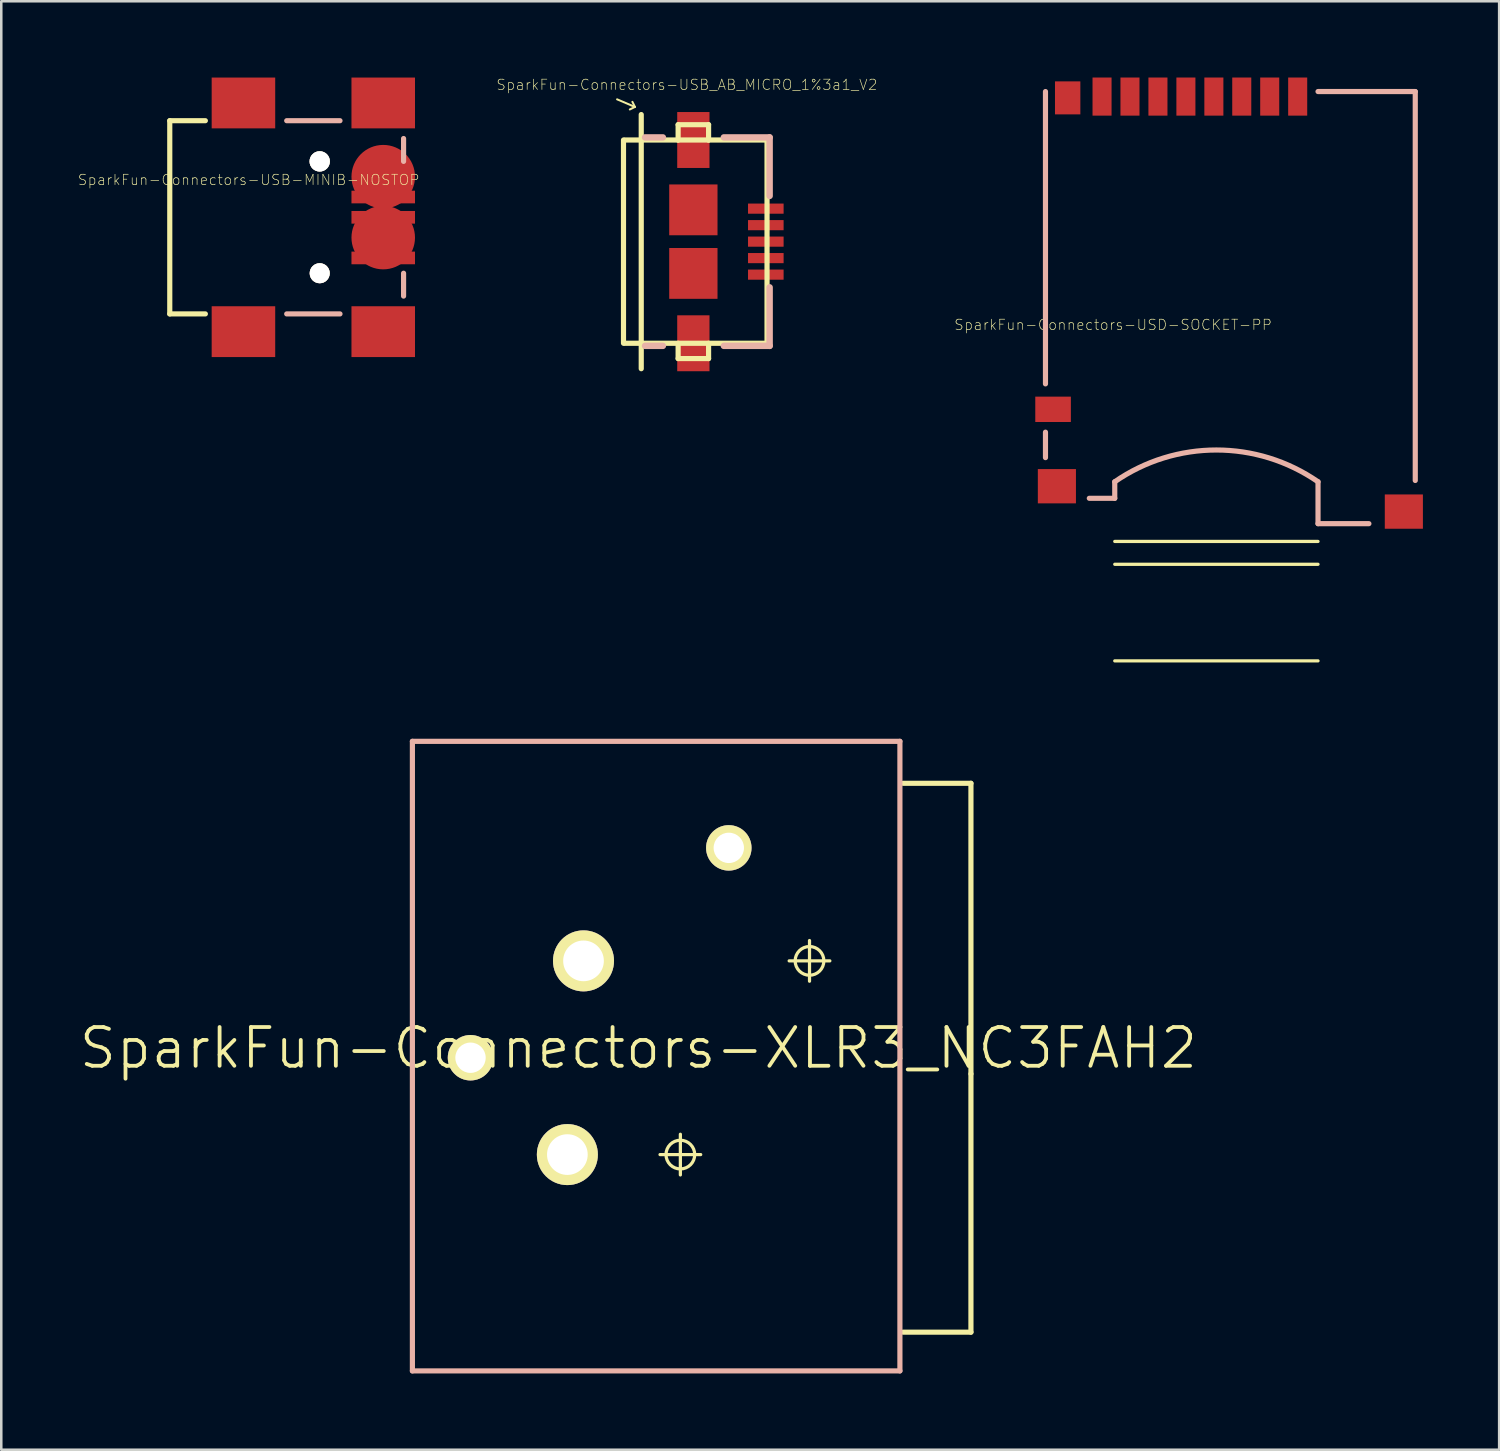
<source format=kicad_pcb>
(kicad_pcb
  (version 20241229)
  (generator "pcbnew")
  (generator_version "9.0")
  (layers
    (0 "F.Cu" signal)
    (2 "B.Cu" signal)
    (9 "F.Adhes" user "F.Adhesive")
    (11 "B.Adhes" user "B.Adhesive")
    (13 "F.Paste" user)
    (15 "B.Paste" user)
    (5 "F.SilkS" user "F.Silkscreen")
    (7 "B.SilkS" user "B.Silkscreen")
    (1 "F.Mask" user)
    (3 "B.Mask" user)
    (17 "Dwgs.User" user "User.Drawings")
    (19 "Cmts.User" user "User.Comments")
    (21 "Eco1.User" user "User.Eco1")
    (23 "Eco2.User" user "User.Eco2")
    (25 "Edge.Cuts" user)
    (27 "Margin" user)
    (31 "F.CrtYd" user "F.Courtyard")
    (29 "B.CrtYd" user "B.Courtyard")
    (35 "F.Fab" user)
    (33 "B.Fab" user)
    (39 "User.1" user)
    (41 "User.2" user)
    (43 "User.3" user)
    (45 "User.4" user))
  (footprint "SparkFun-Connectors-USB_AB_MICRO_1%3a1_V2"
    (layer "F.Cu")
    (at 24.224 6.455)
    (property "Reference" "SparkFun-Connectors-USB_AB_MICRO_1%3a1_V2" (at -0.254 -6.172 0) (layer "F.SilkS") (effects (font (size 0.406 0.406) (thickness 0.025))))
    (attr smd)
    (fp_line (start -3 -5.598) (end -2.299 -5.298) (stroke (width 0.079) (type solid)) (layer "F.SilkS"))
    (fp_line (start -2.748 -3.998) (end -2.748 3.998) (stroke (width 0.203) (type solid)) (layer "F.SilkS"))
    (fp_line (start -2.697 -3.998) (end -0.599 -3.998) (stroke (width 0.203) (type solid)) (layer "F.SilkS"))
    (fp_line (start -2.697 3.998) (end 2.898 3.998) (stroke (width 0.203) (type solid)) (layer "F.SilkS"))
    (fp_line (start -2.299 -5.298) (end -2.499 -5.199) (stroke (width 0.079) (type solid)) (layer "F.SilkS"))
    (fp_line (start -2.299 -5.298) (end -2.398 -5.499) (stroke (width 0.079) (type solid)) (layer "F.SilkS"))
    (fp_line (start -2.05 -4.999) (end -2.05 4.999) (stroke (width 0.203) (type solid)) (layer "F.SilkS"))
    (fp_line (start -0.599 -4.6) (end 0.599 -4.6) (stroke (width 0.203) (type solid)) (layer "F.SilkS"))
    (fp_line (start -0.599 -3.998) (end -0.599 -4.6) (stroke (width 0.203) (type solid)) (layer "F.SilkS"))
    (fp_line (start -0.599 -3.998) (end 0.599 -3.998) (stroke (width 0.203) (type solid)) (layer "F.SilkS"))
    (fp_line (start -0.599 4.6) (end -0.599 3.998) (stroke (width 0.203) (type solid)) (layer "F.SilkS"))
    (fp_line (start 0.599 -4.6) (end 0.599 -3.998) (stroke (width 0.203) (type solid)) (layer "F.SilkS"))
    (fp_line (start 0.599 -3.998) (end 2.898 -3.998) (stroke (width 0.203) (type solid)) (layer "F.SilkS"))
    (fp_line (start 0.599 3.998) (end 0.599 4.6) (stroke (width 0.203) (type solid)) (layer "F.SilkS"))
    (fp_line (start 0.599 4.6) (end -0.599 4.6) (stroke (width 0.203) (type solid)) (layer "F.SilkS"))
    (fp_line (start 2.898 -3.998) (end 2.898 3.998) (stroke (width 0.203) (type solid)) (layer "F.SilkS"))
    (fp_line (start -1.199 -4.1) (end -1.9 -4.1) (stroke (width 0.254) (type solid)) (layer "B.SilkS"))
    (fp_line (start -1.199 4.1) (end -1.9 4.1) (stroke (width 0.254) (type solid)) (layer "B.SilkS"))
    (fp_line (start 1.199 -4.1) (end 3 -4.1) (stroke (width 0.254) (type solid)) (layer "B.SilkS"))
    (fp_line (start 3 -4.1) (end 3 -1.798) (stroke (width 0.254) (type solid)) (layer "B.SilkS"))
    (fp_line (start 3 1.798) (end 3 4.1) (stroke (width 0.254) (type solid)) (layer "B.SilkS"))
    (fp_line (start 3 4.1) (end 1.199 4.1) (stroke (width 0.254) (type solid)) (layer "B.SilkS"))
    (pad "D+" smd rect (at 2.85 0 90) (size 0.399 1.4) (layers "F.Cu" "F.Mask" "F.Paste"))
    (pad "D-" smd rect (at 2.85 -0.648 90) (size 0.399 1.4) (layers "F.Cu" "F.Mask" "F.Paste"))
    (pad "GND" smd rect (at 2.85 1.298 90) (size 0.399 1.4) (layers "F.Cu" "F.Mask" "F.Paste"))
    (pad "ID" smd rect (at 2.85 0.648 90) (size 0.399 1.4) (layers "F.Cu" "F.Mask" "F.Paste"))
    (pad "SHIE" smd rect (at 0 -3.998 90) (size 2.2 1.27) (layers "F.Cu" "F.Mask" "F.Paste"))
    (pad "SHIE" smd rect (at 0 -1.25 90) (size 1.999 1.9) (layers "F.Cu" "F.Mask" "F.Paste"))
    (pad "SHIE" smd rect (at 0 1.25 90) (size 1.999 1.9) (layers "F.Cu" "F.Mask" "F.Paste"))
    (pad "SHIE" smd rect (at 0 3.998 90) (size 2.2 1.27) (layers "F.Cu" "F.Mask" "F.Paste"))
    (pad "VBUS" smd rect (at 2.85 -1.298 90) (size 0.399 1.4) (layers "F.Cu" "F.Mask" "F.Paste")))
  (footprint "SparkFun-Connectors-XLR3_NC3FAH2"
    (layer "F.Cu")
    (at 22.062 38.176)
    (property "Reference" "SparkFun-Connectors-XLR3_NC3FAH2" (at 0 0 0) (layer "F.SilkS") (effects (font (size 1.524 1.524) (thickness 0.15))))
    (attr exclude_from_pos_files exclude_from_bom)
    (fp_line (start 0.851 4.191) (end 2.451 4.191) (stroke (width 0.127) (type solid)) (layer "F.SilkS"))
    (fp_line (start 1.651 4.991) (end 1.651 3.391) (stroke (width 0.127) (type solid)) (layer "F.SilkS"))
    (fp_line (start 5.931 -3.429) (end 7.531 -3.429) (stroke (width 0.127) (type solid)) (layer "F.SilkS"))
    (fp_line (start 6.731 -2.629) (end 6.731 -4.229) (stroke (width 0.127) (type solid)) (layer "F.SilkS"))
    (fp_line (start 10.414 11.176) (end 13.081 11.176) (stroke (width 0.203) (type solid)) (layer "F.SilkS"))
    (fp_line (start 13.081 -10.414) (end 10.414 -10.414) (stroke (width 0.203) (type solid)) (layer "F.SilkS"))
    (fp_line (start 13.081 1.016) (end 13.081 -10.414) (stroke (width 0.203) (type solid)) (layer "F.SilkS"))
    (fp_line (start 13.081 11.176) (end 13.081 1.016) (stroke (width 0.203) (type solid)) (layer "F.SilkS"))
    (fp_circle (center 1.651 4.191) (end 2.05 4.59) (stroke (width 0.127) (type solid)) (fill no) (layer "F.SilkS"))
    (fp_circle (center 6.731 -3.429) (end 7.13 -3.828) (stroke (width 0.127) (type solid)) (fill no) (layer "F.SilkS"))
    (fp_line (start -8.89 -12.065) (end -8.89 12.7) (stroke (width 0.203) (type solid)) (layer "B.SilkS"))
    (fp_line (start -8.89 12.7) (end 10.287 12.7) (stroke (width 0.203) (type solid)) (layer "B.SilkS"))
    (fp_line (start 10.287 -12.065) (end -8.89 -12.065) (stroke (width 0.203) (type solid)) (layer "B.SilkS"))
    (fp_line (start 10.287 12.7) (end 10.287 -12.065) (stroke (width 0.203) (type solid)) (layer "B.SilkS"))
    (pad "1" thru_hole circle (at -2.159 -3.429) (size 2.4 2.4) (drill 1.6) (layers "*.Cu" "F.Mask" "F.SilkS" "F.Paste"))
    (pad "2" thru_hole circle (at -2.794 4.191) (size 2.4 2.4) (drill 1.6) (layers "*.Cu" "F.Mask" "F.SilkS" "F.Paste"))
    (pad "3" thru_hole circle (at -6.604 0.381) (size 1.788 1.788) (drill 1.194) (layers "*.Cu" "F.Mask" "F.SilkS" "F.Paste"))
    (pad "G" thru_hole circle (at 3.556 -7.874) (size 1.788 1.788) (drill 1.194) (layers "*.Cu" "F.Mask" "F.SilkS" "F.Paste")))
  (footprint "SparkFun-Connectors-USB-MINIB-NOSTOP"
    (layer "F.Cu")
    (at 9.526 5.498)
    (property "Reference" "SparkFun-Connectors-USB-MINIB-NOSTOP" (at -2.794 -1.473 0) (layer "F.SilkS") (effects (font (size 0.406 0.406) (thickness 0.025))))
    (attr smd)
    (fp_line (start -5.898 -3.8) (end -5.898 3.8) (stroke (width 0.203) (type solid)) (layer "F.SilkS"))
    (fp_line (start -5.898 -3.8) (end -4.498 -3.8) (stroke (width 0.203) (type solid)) (layer "F.SilkS"))
    (fp_line (start -5.898 3.8) (end -4.498 3.8) (stroke (width 0.203) (type solid)) (layer "F.SilkS"))
    (fp_circle (center 0 -2.2) (end -0.173 -2.372) (stroke (width 0.203) (type solid)) (fill no) (layer "F.SilkS"))
    (fp_circle (center 0 2.2) (end -0.173 2.372) (stroke (width 0.203) (type solid)) (fill no) (layer "F.SilkS"))
    (fp_line (start -1.298 -3.8) (end 0.798 -3.8) (stroke (width 0.203) (type solid)) (layer "B.SilkS"))
    (fp_line (start 0.798 3.8) (end -1.298 3.8) (stroke (width 0.203) (type solid)) (layer "B.SilkS"))
    (fp_line (start 3.299 -3.099) (end 3.299 -2.2) (stroke (width 0.203) (type solid)) (layer "B.SilkS"))
    (fp_line (start 3.299 2.2) (end 3.299 3.099) (stroke (width 0.203) (type solid)) (layer "B.SilkS"))
    (pad "D+" smd rect (at 2.499 0) (size 2.499 0.498) (layers "F.Cu" "F.Mask" "F.Paste"))
    (pad "D-" smd rect (at 2.499 -0.798) (size 2.499 0.498) (layers "F.Cu" "F.Mask" "F.Paste"))
    (pad "G1" smd rect (at -3 4.498) (size 2.499 1.999) (layers "F.Cu" "F.Mask" "F.Paste"))
    (pad "G2" smd rect (at -3 -4.498) (size 2.499 1.999) (layers "F.Cu" "F.Mask" "F.Paste"))
    (pad "G3" smd rect (at 2.499 -4.498) (size 2.499 1.999) (layers "F.Cu" "F.Mask" "F.Paste"))
    (pad "G4" smd rect (at 2.499 4.498) (size 2.499 1.999) (layers "F.Cu" "F.Mask" "F.Paste"))
    (pad "GND" smd rect (at 2.499 1.598) (size 2.499 0.498) (layers "F.Cu" "F.Mask" "F.Paste"))
    (pad "H1" thru_hole circle (at 0 -2.2) (size 0.798 0.798) (drill 0.899) (layers "*.Cu" "F.Mask" "F.SilkS" "F.Paste"))
    (pad "H2" thru_hole circle (at 0 2.2) (size 0.787 0.787) (drill 0.899) (layers "*.Cu" "F.Mask" "F.SilkS" "F.Paste"))
    (pad "ID" smd circle (at 2.499 0.798) (size 2.499 2.499) (layers "F.Cu" "F.Mask" "F.Paste"))
    (pad "VBUS" smd circle (at 2.499 -1.598) (size 2.499 2.499) (layers "F.Cu" "F.Mask" "F.Paste")))
  (footprint "SparkFun-Connectors-USD-SOCKET-PP"
    (layer "F.Cu")
    (at 44.798 17.549)
    (property "Reference" "SparkFun-Connectors-USD-SOCKET-PP" (at -4.064 -7.823 0) (layer "F.SilkS") (effects (font (size 0.406 0.406) (thickness 0.025))))
    (attr smd)
    (fp_line (start 3.998 0.699) (end -3.998 0.699) (stroke (width 0.127) (type solid)) (layer "F.SilkS"))
    (fp_line (start 3.998 1.598) (end -3.998 1.598) (stroke (width 0.127) (type solid)) (layer "F.SilkS"))
    (fp_line (start 3.998 5.397) (end -3.998 5.397) (stroke (width 0.127) (type solid)) (layer "F.SilkS"))
    (fp_line (start -6.723 -5.499) (end -6.723 -16.998) (stroke (width 0.203) (type solid)) (layer "B.SilkS"))
    (fp_line (start -6.723 -3.599) (end -6.723 -2.598) (stroke (width 0.203) (type solid)) (layer "B.SilkS"))
    (fp_line (start -3.998 -1.648) (end -3.998 -0.998) (stroke (width 0.203) (type solid)) (layer "B.SilkS"))
    (fp_line (start -3.998 -0.998) (end -4.999 -0.998) (stroke (width 0.203) (type solid)) (layer "B.SilkS"))
    (fp_line (start 3.998 -16.998) (end 7.823 -16.998) (stroke (width 0.203) (type solid)) (layer "B.SilkS"))
    (fp_line (start 3.998 0) (end 3.998 -1.648) (stroke (width 0.203) (type solid)) (layer "B.SilkS"))
    (fp_line (start 5.999 0) (end 3.998 0) (stroke (width 0.203) (type solid)) (layer "B.SilkS"))
    (fp_line (start 7.823 -16.998) (end 7.823 -1.699) (stroke (width 0.203) (type solid)) (layer "B.SilkS"))
    (fp_arc (start -3.99796 -1.64846) (mid -0.000209 -2.89758) (end 3.997616 -1.648698) (stroke (width 0.2032) (type solid)) (layer "B.SilkS"))
    (pad "1" smd rect (at 3.198 -16.8) (size 0.749 1.499) (layers "F.Cu" "F.Mask" "F.Paste"))
    (pad "2" smd rect (at 2.098 -16.8) (size 0.749 1.499) (layers "F.Cu" "F.Mask" "F.Paste"))
    (pad "3" smd rect (at 0.998 -16.8) (size 0.749 1.499) (layers "F.Cu" "F.Mask" "F.Paste"))
    (pad "4" smd rect (at -0.099 -16.8) (size 0.749 1.499) (layers "F.Cu" "F.Mask" "F.Paste"))
    (pad "5" smd rect (at -1.199 -16.8) (size 0.749 1.499) (layers "F.Cu" "F.Mask" "F.Paste"))
    (pad "6" smd rect (at -2.299 -16.8) (size 0.749 1.499) (layers "F.Cu" "F.Mask" "F.Paste"))
    (pad "7" smd rect (at -3.399 -16.8) (size 0.749 1.499) (layers "F.Cu" "F.Mask" "F.Paste"))
    (pad "8" smd rect (at -4.498 -16.8) (size 0.749 1.499) (layers "F.Cu" "F.Mask" "F.Paste"))
    (pad "CD1" smd rect (at -5.85 -16.749) (size 0.998 1.298) (layers "F.Cu" "F.Mask" "F.Paste"))
    (pad "CD2" smd rect (at -6.424 -4.498) (size 1.4 0.998) (layers "F.Cu" "F.Mask" "F.Paste"))
    (pad "GND1" smd rect (at -6.274 -1.473) (size 1.499 1.349) (layers "F.Cu" "F.Mask" "F.Paste"))
    (pad "GND2" smd rect (at 7.374 -0.475) (size 1.499 1.349) (layers "F.Cu" "F.Mask" "F.Paste")))
  (gr_rect
    (start -3 -3)
    (end 55.921 53.978)
    (stroke (width 0.1) (type default))
    (fill no)
    (layer "Edge.Cuts")))
</source>
